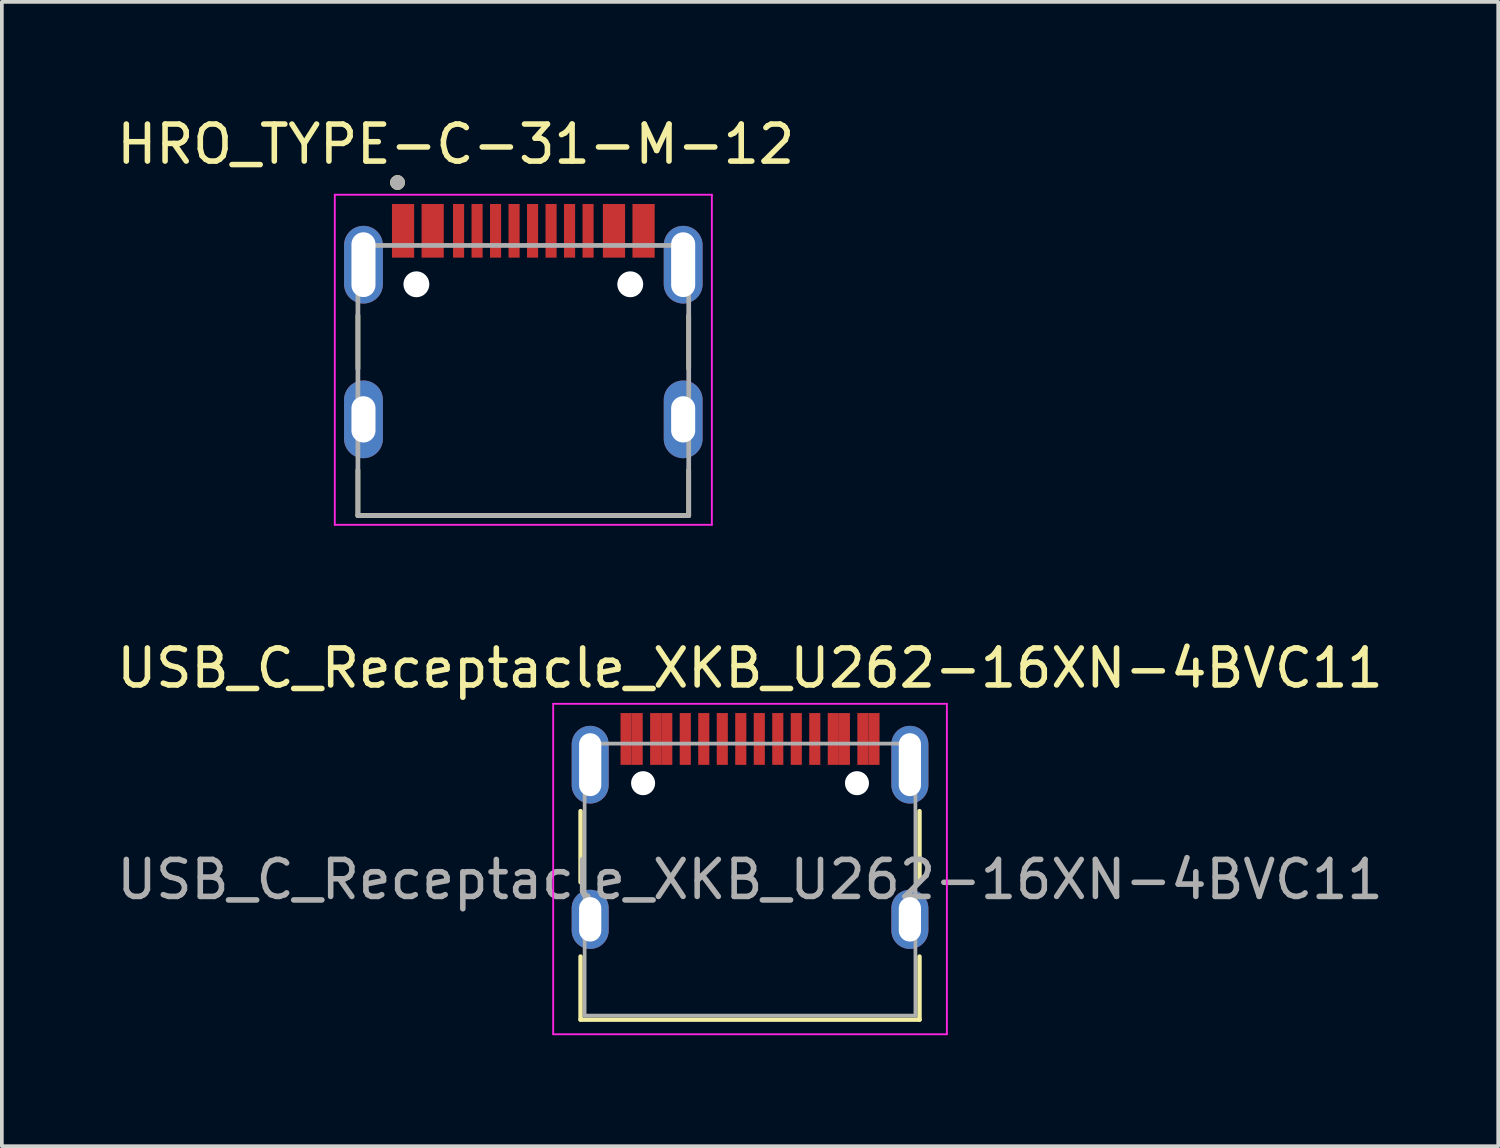
<source format=kicad_pcb>
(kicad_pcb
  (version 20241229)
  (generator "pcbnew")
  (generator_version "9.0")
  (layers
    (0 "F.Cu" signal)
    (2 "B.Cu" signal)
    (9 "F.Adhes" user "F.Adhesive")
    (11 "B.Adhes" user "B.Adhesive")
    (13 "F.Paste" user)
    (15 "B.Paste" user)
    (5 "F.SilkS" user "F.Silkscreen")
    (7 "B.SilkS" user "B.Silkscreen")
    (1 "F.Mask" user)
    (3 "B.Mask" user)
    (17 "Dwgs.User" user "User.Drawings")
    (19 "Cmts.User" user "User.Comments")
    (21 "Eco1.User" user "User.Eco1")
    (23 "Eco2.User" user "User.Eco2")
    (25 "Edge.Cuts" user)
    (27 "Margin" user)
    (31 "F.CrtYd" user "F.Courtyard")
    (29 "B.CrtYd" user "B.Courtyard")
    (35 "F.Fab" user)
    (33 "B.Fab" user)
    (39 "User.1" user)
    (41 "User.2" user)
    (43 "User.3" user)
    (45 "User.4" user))
  (footprint "USB_C_Receptacle_XKB_U262-16XN-4BVC11"
    (layer "F.Cu")
    (at 17.22 20.721)
    (property "Reference" "USB_C_Receptacle_XKB_U262-16XN-4BVC11" (at 0 -5.715 0) (layer "F.SilkS") (effects (font (size 1 1) (thickness 0.15))))
    (attr smd)
    (fp_line (start -4.58 -1.85) (end -4.58 0.07) (stroke (width 0.12) (type solid)) (layer "F.SilkS"))
    (fp_line (start -4.58 3.785) (end -4.58 2.08) (stroke (width 0.12) (type solid)) (layer "F.SilkS"))
    (fp_line (start 4.58 0.07) (end 4.58 -1.85) (stroke (width 0.12) (type solid)) (layer "F.SilkS"))
    (fp_line (start 4.58 2.08) (end 4.58 3.785) (stroke (width 0.12) (type solid)) (layer "F.SilkS"))
    (fp_line (start 4.58 3.785) (end -4.58 3.785) (stroke (width 0.12) (type solid)) (layer "F.SilkS"))
    (fp_line (start -5.32 -4.75) (end 5.32 -4.75) (stroke (width 0.05) (type solid)) (layer "F.CrtYd"))
    (fp_line (start -5.32 4.18) (end -5.32 -4.75) (stroke (width 0.05) (type solid)) (layer "F.CrtYd"))
    (fp_line (start 5.32 -4.75) (end 5.32 4.18) (stroke (width 0.05) (type solid)) (layer "F.CrtYd"))
    (fp_line (start 5.32 4.18) (end -5.32 4.18) (stroke (width 0.05) (type solid)) (layer "F.CrtYd"))
    (fp_line (start -4.47 -3.675) (end -4.47 3.675) (stroke (width 0.1) (type solid)) (layer "F.Fab"))
    (fp_line (start -4.47 -3.675) (end 4.47 -3.675) (stroke (width 0.1) (type solid)) (layer "F.Fab"))
    (fp_line (start -4.47 3.675) (end 4.47 3.675) (stroke (width 0.1) (type solid)) (layer "F.Fab"))
    (fp_line (start 4.47 3.675) (end 4.47 -3.675) (stroke (width 0.1) (type solid)) (layer "F.Fab"))
    (fp_text user "${REFERENCE}" (at 0 0 0) (layer "F.Fab") (effects (font (size 1 1) (thickness 0.15))))
    (pad "" np_thru_hole circle (at -2.89 -2.605) (size 0.65 0.65) (drill 0.65) (layers "*.Cu" "*.Mask"))
    (pad "" np_thru_hole circle (at 2.89 -2.605) (size 0.65 0.65) (drill 0.65) (layers "*.Cu" "*.Mask"))
    (pad "1" smd rect (at -3.35 -3.8) (size 0.3 1.4) (layers "F.Cu" "F.Mask" "F.Paste"))
    (pad "1" smd rect (at -3.05 -3.8) (size 0.3 1.4) (layers "F.Cu" "F.Mask" "F.Paste"))
    (pad "2" smd rect (at -2.55 -3.8) (size 0.3 1.4) (layers "F.Cu" "F.Mask" "F.Paste"))
    (pad "2" smd rect (at -2.25 -3.8) (size 0.3 1.4) (layers "F.Cu" "F.Mask" "F.Paste"))
    (pad "3" smd rect (at -1.75 -3.8) (size 0.3 1.4) (layers "F.Cu" "F.Mask" "F.Paste"))
    (pad "4" smd rect (at -1.25 -3.8) (size 0.3 1.4) (layers "F.Cu" "F.Mask" "F.Paste"))
    (pad "5" smd rect (at -0.75 -3.8) (size 0.3 1.4) (layers "F.Cu" "F.Mask" "F.Paste"))
    (pad "6" smd rect (at -0.25 -3.8) (size 0.3 1.4) (layers "F.Cu" "F.Mask" "F.Paste"))
    (pad "7" smd rect (at 0.25 -3.8) (size 0.3 1.4) (layers "F.Cu" "F.Mask" "F.Paste"))
    (pad "8" smd rect (at 0.75 -3.8) (size 0.3 1.4) (layers "F.Cu" "F.Mask" "F.Paste"))
    (pad "9" smd rect (at 1.25 -3.8) (size 0.3 1.4) (layers "F.Cu" "F.Mask" "F.Paste"))
    (pad "10" smd rect (at 1.75 -3.8) (size 0.3 1.4) (layers "F.Cu" "F.Mask" "F.Paste"))
    (pad "11" smd rect (at 2.25 -3.8) (size 0.3 1.4) (layers "F.Cu" "F.Mask" "F.Paste"))
    (pad "11" smd rect (at 2.55 -3.8) (size 0.3 1.4) (layers "F.Cu" "F.Mask" "F.Paste"))
    (pad "12" smd rect (at 3.05 -3.8) (size 0.3 1.4) (layers "F.Cu" "F.Mask" "F.Paste"))
    (pad "12" smd rect (at 3.35 -3.8) (size 0.3 1.4) (layers "F.Cu" "F.Mask" "F.Paste"))
    (pad "S1" thru_hole oval (at -4.32 -3.105) (size 1 2.1) (drill oval 0.6 1.7) (layers "*.Cu" "*.Mask"))
    (pad "S1" thru_hole oval (at -4.32 1.075) (size 1 1.6) (drill oval 0.6 1.2) (layers "*.Cu" "*.Mask"))
    (pad "S1" thru_hole oval (at 4.32 -3.105) (size 1 2.1) (drill oval 0.6 1.7) (layers "*.Cu" "*.Mask"))
    (pad "S1" thru_hole oval (at 4.32 1.075) (size 1 1.6) (drill oval 0.6 1.2) (layers "*.Cu" "*.Mask")))
  (footprint "HRO_TYPE-C-31-M-12"
    (layer "F.Cu")
    (at 11.093 8.283)
    (property "Reference" "HRO_TYPE-C-31-M-12" (at -1.825 -7.435 0) (layer "F.SilkS") (effects (font (size 1 1) (thickness 0.15))))
    (attr through_hole)
    (fp_line (start -4.47 -2.81) (end -4.47 -1.37) (stroke (width 0.127) (type solid)) (layer "F.SilkS"))
    (fp_line (start -4.47 2.6) (end -4.47 1.37) (stroke (width 0.127) (type solid)) (layer "F.SilkS"))
    (fp_line (start 4.47 -2.81) (end 4.47 -1.37) (stroke (width 0.127) (type solid)) (layer "F.SilkS"))
    (fp_line (start 4.47 1.37) (end 4.47 2.6) (stroke (width 0.127) (type solid)) (layer "F.SilkS"))
    (fp_line (start 4.47 2.6) (end -4.47 2.6) (stroke (width 0.127) (type solid)) (layer "F.SilkS"))
    (fp_circle (center -3.4 -6.4) (end -3.3 -6.4) (stroke (width 0.2) (type solid)) (fill no) (layer "F.SilkS"))
    (fp_line (start -5.095 -6.07) (end -5.095 2.85) (stroke (width 0.05) (type solid)) (layer "F.CrtYd"))
    (fp_line (start -5.095 2.85) (end 5.095 2.85) (stroke (width 0.05) (type solid)) (layer "F.CrtYd"))
    (fp_line (start 5.095 -6.07) (end -5.095 -6.07) (stroke (width 0.05) (type solid)) (layer "F.CrtYd"))
    (fp_line (start 5.095 2.85) (end 5.095 -6.07) (stroke (width 0.05) (type solid)) (layer "F.CrtYd"))
    (fp_line (start -4.47 -4.7) (end -4.47 2.6) (stroke (width 0.127) (type solid)) (layer "F.Fab"))
    (fp_line (start -4.47 2.6) (end 4.47 2.6) (stroke (width 0.127) (type solid)) (layer "F.Fab"))
    (fp_line (start 4.47 -4.7) (end -4.47 -4.7) (stroke (width 0.127) (type solid)) (layer "F.Fab"))
    (fp_line (start 4.47 2.6) (end 4.47 -4.7) (stroke (width 0.127) (type solid)) (layer "F.Fab"))
    (fp_circle (center -3.4 -6.4) (end -3.3 -6.4) (stroke (width 0.2) (type solid)) (fill no) (layer "F.Fab"))
    (pad "" np_thru_hole circle (at -2.89 -3.65) (size 0.7 0.7) (drill 0.7) (layers "*.Cu" "*.Mask"))
    (pad "" np_thru_hole circle (at 2.89 -3.65) (size 0.7 0.7) (drill 0.7) (layers "*.Cu" "*.Mask"))
    (pad "A1B12" smd rect (at -3.25 -5.095) (size 0.6 1.45) (layers "F.Cu" "F.Mask" "F.Paste"))
    (pad "A4B9" smd rect (at -2.45 -5.095) (size 0.6 1.45) (layers "F.Cu" "F.Mask" "F.Paste"))
    (pad "A5" smd rect (at -1.25 -5.095) (size 0.3 1.45) (layers "F.Cu" "F.Mask" "F.Paste"))
    (pad "A6" smd rect (at -0.25 -5.095) (size 0.3 1.45) (layers "F.Cu" "F.Mask" "F.Paste"))
    (pad "A7" smd rect (at 0.25 -5.095) (size 0.3 1.45) (layers "F.Cu" "F.Mask" "F.Paste"))
    (pad "A8" smd rect (at 1.25 -5.095) (size 0.3 1.45) (layers "F.Cu" "F.Mask" "F.Paste"))
    (pad "B1A12" smd rect (at 3.25 -5.095) (size 0.6 1.45) (layers "F.Cu" "F.Mask" "F.Paste"))
    (pad "B4A9" smd rect (at 2.45 -5.095) (size 0.6 1.45) (layers "F.Cu" "F.Mask" "F.Paste"))
    (pad "B5" smd rect (at 1.75 -5.095) (size 0.3 1.45) (layers "F.Cu" "F.Mask" "F.Paste"))
    (pad "B6" smd rect (at 0.75 -5.095) (size 0.3 1.45) (layers "F.Cu" "F.Mask" "F.Paste"))
    (pad "B7" smd rect (at -0.75 -5.095) (size 0.3 1.45) (layers "F.Cu" "F.Mask" "F.Paste"))
    (pad "B8" smd rect (at -1.75 -5.095) (size 0.3 1.45) (layers "F.Cu" "F.Mask" "F.Paste"))
    (pad "S1" thru_hole oval (at -4.32 -4.18) (size 1.05 2.1) (drill oval 0.65 1.75) (layers "*.Cu" "*.Mask"))
    (pad "S2" thru_hole oval (at 4.32 -4.18) (size 1.05 2.1) (drill oval 0.65 1.75) (layers "*.Cu" "*.Mask"))
    (pad "S3" thru_hole oval (at -4.32 0) (size 1.05 2.1) (drill oval 0.65 1.25) (layers "*.Cu" "*.Mask"))
    (pad "S4" thru_hole oval (at 4.32 0) (size 1.05 2.1) (drill oval 0.65 1.25) (layers "*.Cu" "*.Mask")))
  (gr_rect
    (start -3 -3)
    (end 37.44 27.927)
    (stroke (width 0.1) (type default))
    (fill no)
    (layer "Edge.Cuts")))
</source>
